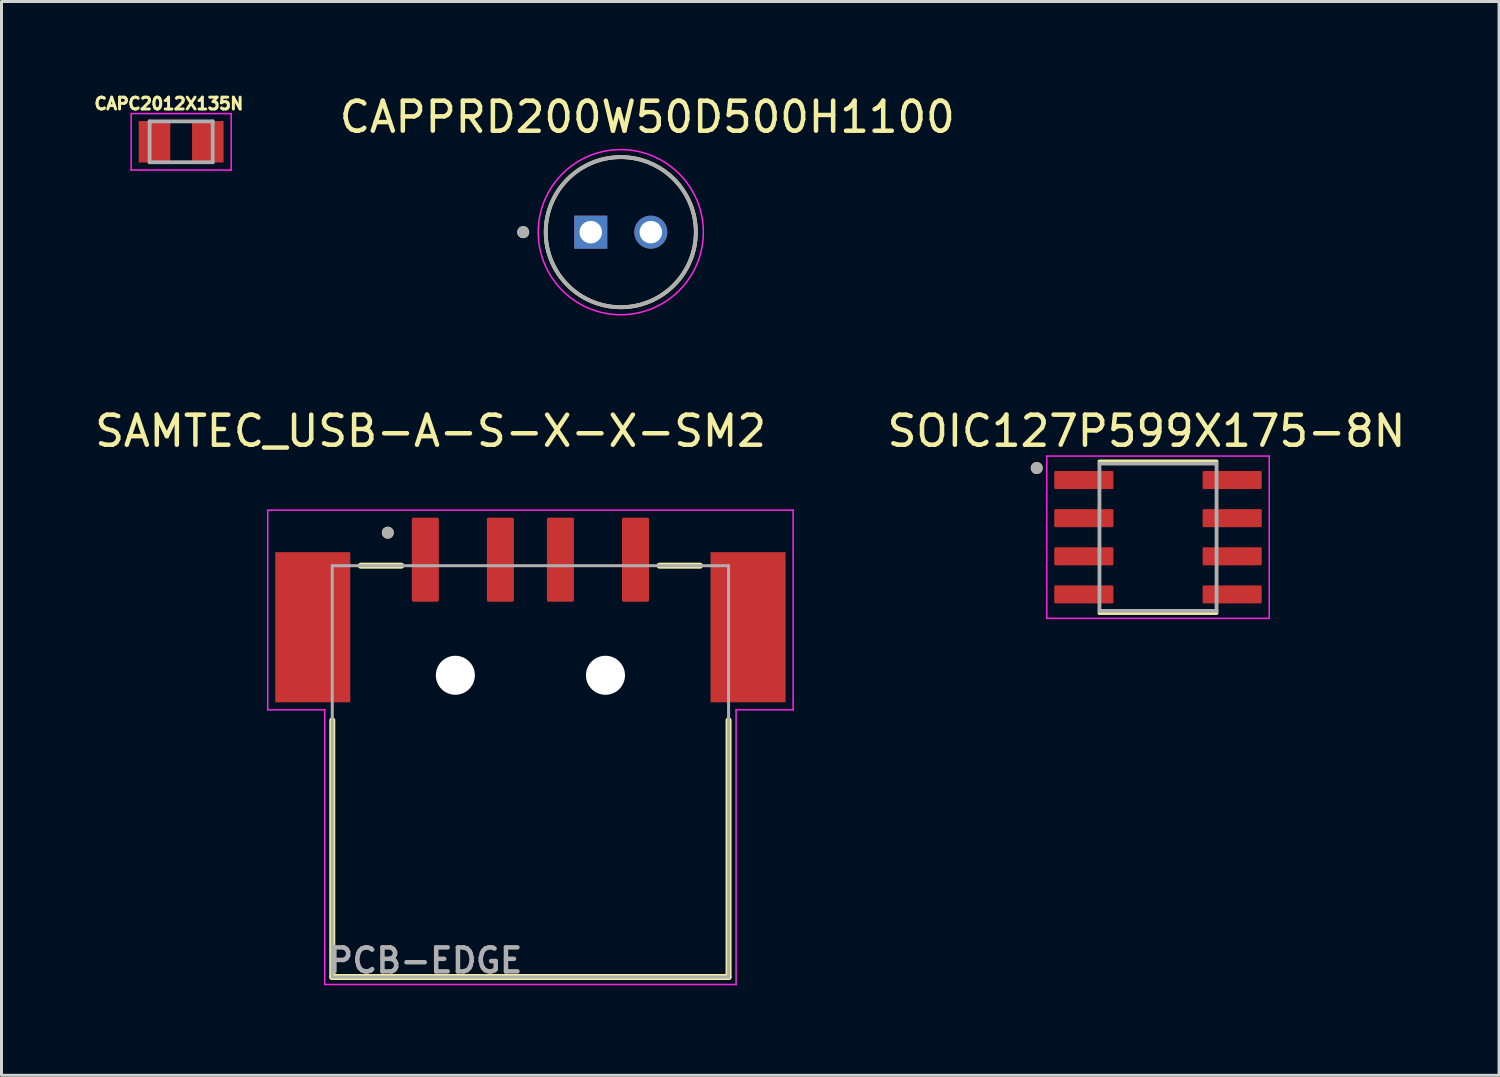
<source format=kicad_pcb>
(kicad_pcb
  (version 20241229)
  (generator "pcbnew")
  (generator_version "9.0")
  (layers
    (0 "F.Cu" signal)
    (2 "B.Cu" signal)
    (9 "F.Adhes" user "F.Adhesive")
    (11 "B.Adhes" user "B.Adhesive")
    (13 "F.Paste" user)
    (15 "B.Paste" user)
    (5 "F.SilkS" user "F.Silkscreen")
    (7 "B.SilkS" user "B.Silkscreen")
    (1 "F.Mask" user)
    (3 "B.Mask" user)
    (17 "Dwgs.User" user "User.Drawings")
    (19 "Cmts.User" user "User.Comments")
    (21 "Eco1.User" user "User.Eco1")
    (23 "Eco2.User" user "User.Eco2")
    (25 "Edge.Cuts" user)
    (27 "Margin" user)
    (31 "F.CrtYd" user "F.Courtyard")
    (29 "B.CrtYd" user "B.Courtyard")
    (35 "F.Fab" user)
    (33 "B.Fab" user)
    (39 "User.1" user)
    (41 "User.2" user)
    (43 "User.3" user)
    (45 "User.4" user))
  (footprint "SOIC127P599X175-8N"
    (layer "F.Cu")
    (at 35.521 14.844)
    (property "Reference" "SOIC127P599X175-8N" (at -0.385 -3.537 0) (layer "F.SilkS") (effects (font (size 1 1) (thickness 0.15))))
    (attr through_hole)
    (fp_line (start -1.95 -2.525) (end 1.95 -2.525) (stroke (width 0.127) (type solid)) (layer "F.SilkS"))
    (fp_line (start -1.95 2.525) (end 1.95 2.525) (stroke (width 0.127) (type solid)) (layer "F.SilkS"))
    (fp_circle (center -4.04 -2.305) (end -3.94 -2.305) (stroke (width 0.2) (type solid)) (fill no) (layer "F.SilkS"))
    (fp_line (start -3.705 -2.703) (end -3.705 2.703) (stroke (width 0.05) (type solid)) (layer "F.CrtYd"))
    (fp_line (start -3.705 -2.703) (end 3.705 -2.703) (stroke (width 0.05) (type solid)) (layer "F.CrtYd"))
    (fp_line (start -3.705 2.703) (end 3.705 2.703) (stroke (width 0.05) (type solid)) (layer "F.CrtYd"))
    (fp_line (start 3.705 -2.703) (end 3.705 2.703) (stroke (width 0.05) (type solid)) (layer "F.CrtYd"))
    (fp_line (start -1.95 -2.453) (end -1.95 2.453) (stroke (width 0.127) (type solid)) (layer "F.Fab"))
    (fp_line (start -1.95 -2.453) (end 1.95 -2.453) (stroke (width 0.127) (type solid)) (layer "F.Fab"))
    (fp_line (start -1.95 2.453) (end 1.95 2.453) (stroke (width 0.127) (type solid)) (layer "F.Fab"))
    (fp_line (start 1.95 -2.453) (end 1.95 2.453) (stroke (width 0.127) (type solid)) (layer "F.Fab"))
    (fp_circle (center -4.04 -2.305) (end -3.94 -2.305) (stroke (width 0.2) (type solid)) (fill no) (layer "F.Fab"))
    (pad "1" smd roundrect (at -2.47 -1.905) (size 1.97 0.6) (layers "F.Cu" "F.Mask" "F.Paste") (roundrect_rratio 0.07))
    (pad "2" smd roundrect (at -2.47 -0.635) (size 1.97 0.6) (layers "F.Cu" "F.Mask" "F.Paste") (roundrect_rratio 0.07))
    (pad "3" smd roundrect (at -2.47 0.635) (size 1.97 0.6) (layers "F.Cu" "F.Mask" "F.Paste") (roundrect_rratio 0.07))
    (pad "4" smd roundrect (at -2.47 1.905) (size 1.97 0.6) (layers "F.Cu" "F.Mask" "F.Paste") (roundrect_rratio 0.07))
    (pad "5" smd roundrect (at 2.47 1.905) (size 1.97 0.6) (layers "F.Cu" "F.Mask" "F.Paste") (roundrect_rratio 0.07))
    (pad "6" smd roundrect (at 2.47 0.635) (size 1.97 0.6) (layers "F.Cu" "F.Mask" "F.Paste") (roundrect_rratio 0.07))
    (pad "7" smd roundrect (at 2.47 -0.635) (size 1.97 0.6) (layers "F.Cu" "F.Mask" "F.Paste") (roundrect_rratio 0.07))
    (pad "8" smd roundrect (at 2.47 -1.905) (size 1.97 0.6) (layers "F.Cu" "F.Mask" "F.Paste") (roundrect_rratio 0.07)))
  (footprint "SAMTEC_USB-A-S-X-X-SM2"
    (layer "F.Cu")
    (at 14.617 19.442)
    (property "Reference" "SAMTEC_USB-A-S-X-X-SM2" (at -3.325 -8.135 0) (layer "F.SilkS") (effects (font (size 1 1) (thickness 0.15))))
    (attr through_hole)
    (fp_line (start -6.6 10.05) (end -6.6 1.5) (stroke (width 0.2) (type solid)) (layer "F.SilkS"))
    (fp_line (start -5.65 -3.65) (end -4.3 -3.65) (stroke (width 0.2) (type solid)) (layer "F.SilkS"))
    (fp_line (start 4.3 -3.65) (end 5.65 -3.65) (stroke (width 0.2) (type solid)) (layer "F.SilkS"))
    (fp_line (start 6.6 1.5) (end 6.6 10.05) (stroke (width 0.2) (type solid)) (layer "F.SilkS"))
    (fp_line (start 6.6 10.05) (end -6.6 10.05) (stroke (width 0.2) (type solid)) (layer "F.SilkS"))
    (fp_circle (center -4.75 -4.75) (end -4.65 -4.75) (stroke (width 0.2) (type solid)) (fill no) (layer "F.SilkS"))
    (fp_line (start -8.75 -5.5) (end 8.75 -5.5) (stroke (width 0.05) (type solid)) (layer "F.CrtYd"))
    (fp_line (start -8.75 1.15) (end -8.75 -5.5) (stroke (width 0.05) (type solid)) (layer "F.CrtYd"))
    (fp_line (start -6.85 1.15) (end -8.75 1.15) (stroke (width 0.05) (type solid)) (layer "F.CrtYd"))
    (fp_line (start -6.85 10.3) (end -6.85 1.15) (stroke (width 0.05) (type solid)) (layer "F.CrtYd"))
    (fp_line (start 6.85 1.15) (end 6.85 10.3) (stroke (width 0.05) (type solid)) (layer "F.CrtYd"))
    (fp_line (start 6.85 10.3) (end -6.85 10.3) (stroke (width 0.05) (type solid)) (layer "F.CrtYd"))
    (fp_line (start 8.75 -5.5) (end 8.75 1.15) (stroke (width 0.05) (type solid)) (layer "F.CrtYd"))
    (fp_line (start 8.75 1.15) (end 6.85 1.15) (stroke (width 0.05) (type solid)) (layer "F.CrtYd"))
    (fp_line (start -6.6 -3.65) (end 6.6 -3.65) (stroke (width 0.1) (type solid)) (layer "F.Fab"))
    (fp_line (start -6.6 10.05) (end -6.6 -3.65) (stroke (width 0.1) (type solid)) (layer "F.Fab"))
    (fp_line (start 6.6 -3.65) (end 6.6 10.05) (stroke (width 0.1) (type solid)) (layer "F.Fab"))
    (fp_line (start 6.6 10.05) (end -6.6 10.05) (stroke (width 0.1) (type solid)) (layer "F.Fab"))
    (fp_circle (center -4.75 -4.75) (end -4.65 -4.75) (stroke (width 0.2) (type solid)) (fill no) (layer "F.Fab"))
    (fp_text user "PCB-EDGE" (at -3.5 9.5 0) (layer "F.Fab") (effects (font (size 0.8 0.8) (thickness 0.15))))
    (pad "" np_thru_hole circle (at -2.5 0) (size 1.3 1.3) (drill 1.3) (layers "*.Cu" "*.Mask"))
    (pad "" np_thru_hole circle (at 2.5 0) (size 1.3 1.3) (drill 1.3) (layers "*.Cu" "*.Mask"))
    (pad "01" smd roundrect (at -3.5 -3.85) (size 0.9 2.8) (layers "F.Cu" "F.Mask" "F.Paste") (roundrect_rratio 0.06))
    (pad "02" smd roundrect (at -1 -3.85) (size 0.9 2.8) (layers "F.Cu" "F.Mask" "F.Paste") (roundrect_rratio 0.06))
    (pad "03" smd roundrect (at 1 -3.85) (size 0.9 2.8) (layers "F.Cu" "F.Mask" "F.Paste") (roundrect_rratio 0.06))
    (pad "04" smd roundrect (at 3.5 -3.85) (size 0.9 2.8) (layers "F.Cu" "F.Mask" "F.Paste") (roundrect_rratio 0.06))
    (pad "S1" smd rect (at -7.25 -1.6) (size 2.5 5) (layers "F.Cu" "F.Mask" "F.Paste"))
    (pad "S2" smd rect (at 7.25 -1.6) (size 2.5 5) (layers "F.Cu" "F.Mask" "F.Paste")))
  (footprint "CAPPRD200W50D500H1100"
    (layer "F.Cu")
    (at 17.627 4.683)
    (property "Reference" "CAPPRD200W50D500H1100" (at 0.883 -3.835 0) (layer "F.SilkS") (effects (font (size 1 1) (thickness 0.15))))
    (attr through_hole)
    (fp_circle (center -3.25 0) (end -3.15 0) (stroke (width 0.2) (type solid)) (fill no) (layer "F.SilkS"))
    (fp_circle (center 0 0) (end 2.5 0) (stroke (width 0.127) (type solid)) (fill no) (layer "F.SilkS"))
    (fp_circle (center 0 0) (end 2.75 0) (stroke (width 0.05) (type solid)) (fill no) (layer "F.CrtYd"))
    (fp_circle (center -3.25 0) (end -3.15 0) (stroke (width 0.2) (type solid)) (fill no) (layer "F.Fab"))
    (fp_circle (center 0 0) (end 2.5 0) (stroke (width 0.127) (type solid)) (fill no) (layer "F.Fab"))
    (pad "N" thru_hole circle (at 1 0) (size 1.1 1.1) (drill 0.75) (layers "*.Cu" "*.Mask"))
    (pad "P" thru_hole rect (at -1 0) (size 1.1 1.1) (drill 0.75) (layers "*.Cu" "*.Mask")))
  (footprint "CAPC2012X135N"
    (layer "F.Cu")
    (at 2.984 1.673)
    (property "Reference" "CAPC2012X135N" (at -0.41 -1.27 0) (layer "F.SilkS") (effects (font (size 0.394 0.394) (thickness 0.15))))
    (attr through_hole)
    (fp_line (start -1.665 -0.94) (end 1.665 -0.94) (stroke (width 0.05) (type solid)) (layer "F.CrtYd"))
    (fp_line (start -1.665 0.94) (end -1.665 -0.94) (stroke (width 0.05) (type solid)) (layer "F.CrtYd"))
    (fp_line (start -1.665 0.94) (end 1.665 0.94) (stroke (width 0.05) (type solid)) (layer "F.CrtYd"))
    (fp_line (start 1.665 0.94) (end 1.665 -0.94) (stroke (width 0.05) (type solid)) (layer "F.CrtYd"))
    (fp_line (start -1.05 0.68) (end -1.05 -0.68) (stroke (width 0.127) (type solid)) (layer "F.Fab"))
    (fp_line (start 1.05 -0.68) (end -1.05 -0.68) (stroke (width 0.127) (type solid)) (layer "F.Fab"))
    (fp_line (start 1.05 0.68) (end -1.05 0.68) (stroke (width 0.127) (type solid)) (layer "F.Fab"))
    (fp_line (start 1.05 0.68) (end 1.05 -0.68) (stroke (width 0.127) (type solid)) (layer "F.Fab"))
    (pad "1" smd rect (at -0.888 0) (size 1.05 1.38) (layers "F.Cu" "F.Mask" "F.Paste"))
    (pad "2" smd rect (at 0.888 0) (size 1.05 1.38) (layers "F.Cu" "F.Mask" "F.Paste")))
  (gr_rect
    (start -3 -3)
    (end 46.88 32.767)
    (stroke (width 0.1) (type default))
    (fill no)
    (layer "Edge.Cuts")))
</source>
